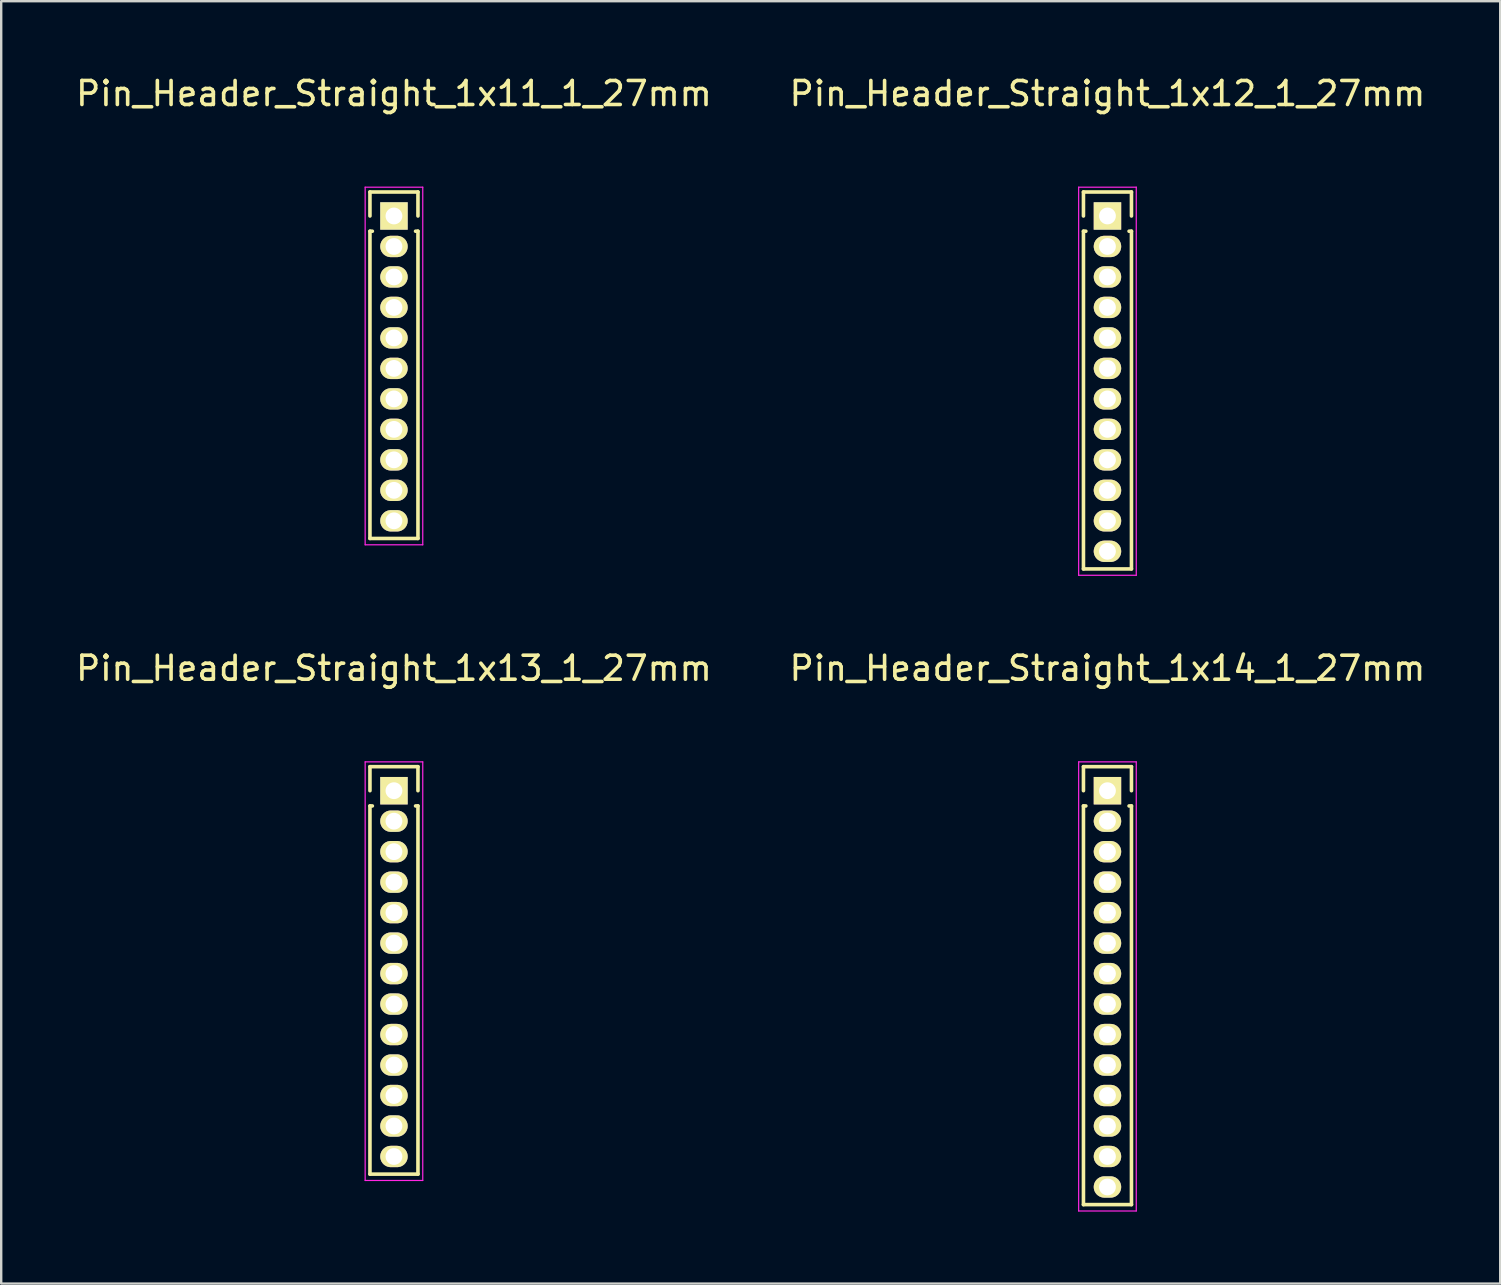
<source format=kicad_pcb>
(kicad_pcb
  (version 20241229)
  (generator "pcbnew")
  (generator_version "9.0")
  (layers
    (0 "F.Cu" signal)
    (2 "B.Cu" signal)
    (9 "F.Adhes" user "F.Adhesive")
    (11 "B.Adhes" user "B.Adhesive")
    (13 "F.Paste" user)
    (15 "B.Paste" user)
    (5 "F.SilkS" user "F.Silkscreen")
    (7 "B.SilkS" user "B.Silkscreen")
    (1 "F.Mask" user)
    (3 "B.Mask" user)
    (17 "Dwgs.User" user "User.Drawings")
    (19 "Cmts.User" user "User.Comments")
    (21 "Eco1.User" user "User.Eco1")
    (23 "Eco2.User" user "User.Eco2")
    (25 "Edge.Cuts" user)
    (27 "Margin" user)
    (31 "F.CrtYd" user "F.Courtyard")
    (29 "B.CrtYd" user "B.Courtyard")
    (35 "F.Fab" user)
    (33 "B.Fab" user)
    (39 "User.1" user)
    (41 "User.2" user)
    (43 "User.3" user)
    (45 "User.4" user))
  (footprint "Pin_Header_Straight_1x12_1_27mm"
    (layer "F.Cu")
    (at 43.089 5.948)
    (property "Reference" "Pin_Header_Straight_1x12_1_27mm" (at 0 -5.1 0) (layer "F.SilkS") (effects (font (size 1 1) (thickness 0.15))))
    (attr through_hole)
    (fp_line (start -1 -1) (end 1 -1) (stroke (width 0.15) (type solid)) (layer "F.SilkS"))
    (fp_line (start -1 0) (end -1 -1) (stroke (width 0.15) (type solid)) (layer "F.SilkS"))
    (fp_line (start -1 0.635) (end -1 14.705) (stroke (width 0.15) (type solid)) (layer "F.SilkS"))
    (fp_line (start -1 14.705) (end 1 14.705) (stroke (width 0.15) (type solid)) (layer "F.SilkS"))
    (fp_line (start -0.9 0.635) (end -1 0.635) (stroke (width 0.15) (type solid)) (layer "F.SilkS"))
    (fp_line (start 0.9 0.635) (end 1 0.635) (stroke (width 0.15) (type solid)) (layer "F.SilkS"))
    (fp_line (start 1 -1) (end 1 0) (stroke (width 0.15) (type solid)) (layer "F.SilkS"))
    (fp_line (start 1 0.635) (end 1 14.705) (stroke (width 0.15) (type solid)) (layer "F.SilkS"))
    (fp_line (start -1.2 -1.2) (end -1.2 14.97) (stroke (width 0.05) (type solid)) (layer "F.CrtYd"))
    (fp_line (start -1.2 -1.2) (end 1.2 -1.2) (stroke (width 0.05) (type solid)) (layer "F.CrtYd"))
    (fp_line (start -1.2 14.97) (end 1.2 14.97) (stroke (width 0.05) (type solid)) (layer "F.CrtYd"))
    (fp_line (start 1.2 -1.2) (end 1.2 14.97) (stroke (width 0.05) (type solid)) (layer "F.CrtYd"))
    (pad "1" thru_hole rect (at 0 0) (size 1.143 1.143) (drill 0.7) (layers "*.Cu" "*.Mask" "F.SilkS"))
    (pad "2" thru_hole oval (at 0 1.27) (size 1.143 0.889) (drill 0.7) (layers "*.Cu" "*.Mask" "F.SilkS"))
    (pad "3" thru_hole oval (at 0 2.54) (size 1.143 0.889) (drill 0.7) (layers "*.Cu" "*.Mask" "F.SilkS"))
    (pad "4" thru_hole oval (at 0 3.81) (size 1.143 0.889) (drill 0.7) (layers "*.Cu" "*.Mask" "F.SilkS"))
    (pad "5" thru_hole oval (at 0 5.08) (size 1.143 0.889) (drill 0.7) (layers "*.Cu" "*.Mask" "F.SilkS"))
    (pad "6" thru_hole oval (at 0 6.35) (size 1.143 0.889) (drill 0.7) (layers "*.Cu" "*.Mask" "F.SilkS"))
    (pad "7" thru_hole oval (at 0 7.62) (size 1.143 0.889) (drill 0.7) (layers "*.Cu" "*.Mask" "F.SilkS"))
    (pad "8" thru_hole oval (at 0 8.89) (size 1.143 0.889) (drill 0.7) (layers "*.Cu" "*.Mask" "F.SilkS"))
    (pad "9" thru_hole oval (at 0 10.16) (size 1.143 0.889) (drill 0.7) (layers "*.Cu" "*.Mask" "F.SilkS"))
    (pad "10" thru_hole oval (at 0 11.43) (size 1.143 0.889) (drill 0.7) (layers "*.Cu" "*.Mask" "F.SilkS"))
    (pad "11" thru_hole oval (at 0 12.7) (size 1.143 0.889) (drill 0.7) (layers "*.Cu" "*.Mask" "F.SilkS"))
    (pad "12" thru_hole oval (at 0 13.97) (size 1.143 0.889) (drill 0.7) (layers "*.Cu" "*.Mask" "F.SilkS")))
  (footprint "Pin_Header_Straight_1x13_1_27mm"
    (layer "F.Cu")
    (at 13.363 29.892)
    (property "Reference" "Pin_Header_Straight_1x13_1_27mm" (at 0 -5.1 0) (layer "F.SilkS") (effects (font (size 1 1) (thickness 0.15))))
    (attr through_hole)
    (fp_line (start -1 -1) (end 1 -1) (stroke (width 0.15) (type solid)) (layer "F.SilkS"))
    (fp_line (start -1 0) (end -1 -1) (stroke (width 0.15) (type solid)) (layer "F.SilkS"))
    (fp_line (start -1 0.635) (end -1 15.975) (stroke (width 0.15) (type solid)) (layer "F.SilkS"))
    (fp_line (start -1 15.975) (end 1 15.975) (stroke (width 0.15) (type solid)) (layer "F.SilkS"))
    (fp_line (start -0.9 0.635) (end -1 0.635) (stroke (width 0.15) (type solid)) (layer "F.SilkS"))
    (fp_line (start 0.9 0.635) (end 1 0.635) (stroke (width 0.15) (type solid)) (layer "F.SilkS"))
    (fp_line (start 1 -1) (end 1 0) (stroke (width 0.15) (type solid)) (layer "F.SilkS"))
    (fp_line (start 1 0.635) (end 1 15.975) (stroke (width 0.15) (type solid)) (layer "F.SilkS"))
    (fp_line (start -1.2 -1.2) (end -1.2 16.24) (stroke (width 0.05) (type solid)) (layer "F.CrtYd"))
    (fp_line (start -1.2 -1.2) (end 1.2 -1.2) (stroke (width 0.05) (type solid)) (layer "F.CrtYd"))
    (fp_line (start -1.2 16.24) (end 1.2 16.24) (stroke (width 0.05) (type solid)) (layer "F.CrtYd"))
    (fp_line (start 1.2 -1.2) (end 1.2 16.24) (stroke (width 0.05) (type solid)) (layer "F.CrtYd"))
    (pad "1" thru_hole rect (at 0 0) (size 1.143 1.143) (drill 0.7) (layers "*.Cu" "*.Mask" "F.SilkS"))
    (pad "2" thru_hole oval (at 0 1.27) (size 1.143 0.889) (drill 0.7) (layers "*.Cu" "*.Mask" "F.SilkS"))
    (pad "3" thru_hole oval (at 0 2.54) (size 1.143 0.889) (drill 0.7) (layers "*.Cu" "*.Mask" "F.SilkS"))
    (pad "4" thru_hole oval (at 0 3.81) (size 1.143 0.889) (drill 0.7) (layers "*.Cu" "*.Mask" "F.SilkS"))
    (pad "5" thru_hole oval (at 0 5.08) (size 1.143 0.889) (drill 0.7) (layers "*.Cu" "*.Mask" "F.SilkS"))
    (pad "6" thru_hole oval (at 0 6.35) (size 1.143 0.889) (drill 0.7) (layers "*.Cu" "*.Mask" "F.SilkS"))
    (pad "7" thru_hole oval (at 0 7.62) (size 1.143 0.889) (drill 0.7) (layers "*.Cu" "*.Mask" "F.SilkS"))
    (pad "8" thru_hole oval (at 0 8.89) (size 1.143 0.889) (drill 0.7) (layers "*.Cu" "*.Mask" "F.SilkS"))
    (pad "9" thru_hole oval (at 0 10.16) (size 1.143 0.889) (drill 0.7) (layers "*.Cu" "*.Mask" "F.SilkS"))
    (pad "10" thru_hole oval (at 0 11.43) (size 1.143 0.889) (drill 0.7) (layers "*.Cu" "*.Mask" "F.SilkS"))
    (pad "11" thru_hole oval (at 0 12.7) (size 1.143 0.889) (drill 0.7) (layers "*.Cu" "*.Mask" "F.SilkS"))
    (pad "12" thru_hole oval (at 0 13.97) (size 1.143 0.889) (drill 0.7) (layers "*.Cu" "*.Mask" "F.SilkS"))
    (pad "13" thru_hole oval (at 0 15.24) (size 1.143 0.889) (drill 0.7) (layers "*.Cu" "*.Mask" "F.SilkS")))
  (footprint "Pin_Header_Straight_1x14_1_27mm"
    (layer "F.Cu")
    (at 43.089 29.892)
    (property "Reference" "Pin_Header_Straight_1x14_1_27mm" (at 0 -5.1 0) (layer "F.SilkS") (effects (font (size 1 1) (thickness 0.15))))
    (attr through_hole)
    (fp_line (start -1 -1) (end 1 -1) (stroke (width 0.15) (type solid)) (layer "F.SilkS"))
    (fp_line (start -1 0) (end -1 -1) (stroke (width 0.15) (type solid)) (layer "F.SilkS"))
    (fp_line (start -1 0.635) (end -1 17.245) (stroke (width 0.15) (type solid)) (layer "F.SilkS"))
    (fp_line (start -1 17.245) (end 1 17.245) (stroke (width 0.15) (type solid)) (layer "F.SilkS"))
    (fp_line (start -0.9 0.635) (end -1 0.635) (stroke (width 0.15) (type solid)) (layer "F.SilkS"))
    (fp_line (start 0.9 0.635) (end 1 0.635) (stroke (width 0.15) (type solid)) (layer "F.SilkS"))
    (fp_line (start 1 -1) (end 1 0) (stroke (width 0.15) (type solid)) (layer "F.SilkS"))
    (fp_line (start 1 0.635) (end 1 17.245) (stroke (width 0.15) (type solid)) (layer "F.SilkS"))
    (fp_line (start -1.2 -1.2) (end -1.2 17.51) (stroke (width 0.05) (type solid)) (layer "F.CrtYd"))
    (fp_line (start -1.2 -1.2) (end 1.2 -1.2) (stroke (width 0.05) (type solid)) (layer "F.CrtYd"))
    (fp_line (start -1.2 17.51) (end 1.2 17.51) (stroke (width 0.05) (type solid)) (layer "F.CrtYd"))
    (fp_line (start 1.2 -1.2) (end 1.2 17.51) (stroke (width 0.05) (type solid)) (layer "F.CrtYd"))
    (pad "1" thru_hole rect (at 0 0) (size 1.143 1.143) (drill 0.7) (layers "*.Cu" "*.Mask" "F.SilkS"))
    (pad "2" thru_hole oval (at 0 1.27) (size 1.143 0.889) (drill 0.7) (layers "*.Cu" "*.Mask" "F.SilkS"))
    (pad "3" thru_hole oval (at 0 2.54) (size 1.143 0.889) (drill 0.7) (layers "*.Cu" "*.Mask" "F.SilkS"))
    (pad "4" thru_hole oval (at 0 3.81) (size 1.143 0.889) (drill 0.7) (layers "*.Cu" "*.Mask" "F.SilkS"))
    (pad "5" thru_hole oval (at 0 5.08) (size 1.143 0.889) (drill 0.7) (layers "*.Cu" "*.Mask" "F.SilkS"))
    (pad "6" thru_hole oval (at 0 6.35) (size 1.143 0.889) (drill 0.7) (layers "*.Cu" "*.Mask" "F.SilkS"))
    (pad "7" thru_hole oval (at 0 7.62) (size 1.143 0.889) (drill 0.7) (layers "*.Cu" "*.Mask" "F.SilkS"))
    (pad "8" thru_hole oval (at 0 8.89) (size 1.143 0.889) (drill 0.7) (layers "*.Cu" "*.Mask" "F.SilkS"))
    (pad "9" thru_hole oval (at 0 10.16) (size 1.143 0.889) (drill 0.7) (layers "*.Cu" "*.Mask" "F.SilkS"))
    (pad "10" thru_hole oval (at 0 11.43) (size 1.143 0.889) (drill 0.7) (layers "*.Cu" "*.Mask" "F.SilkS"))
    (pad "11" thru_hole oval (at 0 12.7) (size 1.143 0.889) (drill 0.7) (layers "*.Cu" "*.Mask" "F.SilkS"))
    (pad "12" thru_hole oval (at 0 13.97) (size 1.143 0.889) (drill 0.7) (layers "*.Cu" "*.Mask" "F.SilkS"))
    (pad "13" thru_hole oval (at 0 15.24) (size 1.143 0.889) (drill 0.7) (layers "*.Cu" "*.Mask" "F.SilkS"))
    (pad "14" thru_hole oval (at 0 16.51) (size 1.143 0.889) (drill 0.7) (layers "*.Cu" "*.Mask" "F.SilkS")))
  (footprint "Pin_Header_Straight_1x11_1_27mm"
    (layer "F.Cu")
    (at 13.363 5.948)
    (property "Reference" "Pin_Header_Straight_1x11_1_27mm" (at 0 -5.1 0) (layer "F.SilkS") (effects (font (size 1 1) (thickness 0.15))))
    (attr through_hole)
    (fp_line (start -1 -1) (end 1 -1) (stroke (width 0.15) (type solid)) (layer "F.SilkS"))
    (fp_line (start -1 0) (end -1 -1) (stroke (width 0.15) (type solid)) (layer "F.SilkS"))
    (fp_line (start -1 0.635) (end -1 13.435) (stroke (width 0.15) (type solid)) (layer "F.SilkS"))
    (fp_line (start -1 13.435) (end 1 13.435) (stroke (width 0.15) (type solid)) (layer "F.SilkS"))
    (fp_line (start -0.9 0.635) (end -1 0.635) (stroke (width 0.15) (type solid)) (layer "F.SilkS"))
    (fp_line (start 0.9 0.635) (end 1 0.635) (stroke (width 0.15) (type solid)) (layer "F.SilkS"))
    (fp_line (start 1 -1) (end 1 0) (stroke (width 0.15) (type solid)) (layer "F.SilkS"))
    (fp_line (start 1 0.635) (end 1 13.435) (stroke (width 0.15) (type solid)) (layer "F.SilkS"))
    (fp_line (start -1.2 -1.2) (end -1.2 13.7) (stroke (width 0.05) (type solid)) (layer "F.CrtYd"))
    (fp_line (start -1.2 -1.2) (end 1.2 -1.2) (stroke (width 0.05) (type solid)) (layer "F.CrtYd"))
    (fp_line (start -1.2 13.7) (end 1.2 13.7) (stroke (width 0.05) (type solid)) (layer "F.CrtYd"))
    (fp_line (start 1.2 -1.2) (end 1.2 13.7) (stroke (width 0.05) (type solid)) (layer "F.CrtYd"))
    (pad "1" thru_hole rect (at 0 0) (size 1.143 1.143) (drill 0.7) (layers "*.Cu" "*.Mask" "F.SilkS"))
    (pad "2" thru_hole oval (at 0 1.27) (size 1.143 0.889) (drill 0.7) (layers "*.Cu" "*.Mask" "F.SilkS"))
    (pad "3" thru_hole oval (at 0 2.54) (size 1.143 0.889) (drill 0.7) (layers "*.Cu" "*.Mask" "F.SilkS"))
    (pad "4" thru_hole oval (at 0 3.81) (size 1.143 0.889) (drill 0.7) (layers "*.Cu" "*.Mask" "F.SilkS"))
    (pad "5" thru_hole oval (at 0 5.08) (size 1.143 0.889) (drill 0.7) (layers "*.Cu" "*.Mask" "F.SilkS"))
    (pad "6" thru_hole oval (at 0 6.35) (size 1.143 0.889) (drill 0.7) (layers "*.Cu" "*.Mask" "F.SilkS"))
    (pad "7" thru_hole oval (at 0 7.62) (size 1.143 0.889) (drill 0.7) (layers "*.Cu" "*.Mask" "F.SilkS"))
    (pad "8" thru_hole oval (at 0 8.89) (size 1.143 0.889) (drill 0.7) (layers "*.Cu" "*.Mask" "F.SilkS"))
    (pad "9" thru_hole oval (at 0 10.16) (size 1.143 0.889) (drill 0.7) (layers "*.Cu" "*.Mask" "F.SilkS"))
    (pad "10" thru_hole oval (at 0 11.43) (size 1.143 0.889) (drill 0.7) (layers "*.Cu" "*.Mask" "F.SilkS"))
    (pad "11" thru_hole oval (at 0 12.7) (size 1.143 0.889) (drill 0.7) (layers "*.Cu" "*.Mask" "F.SilkS")))
  (gr_rect
    (start -3 -3)
    (end 59.452 50.426)
    (stroke (width 0.1) (type default))
    (fill no)
    (layer "Edge.Cuts")))
</source>
